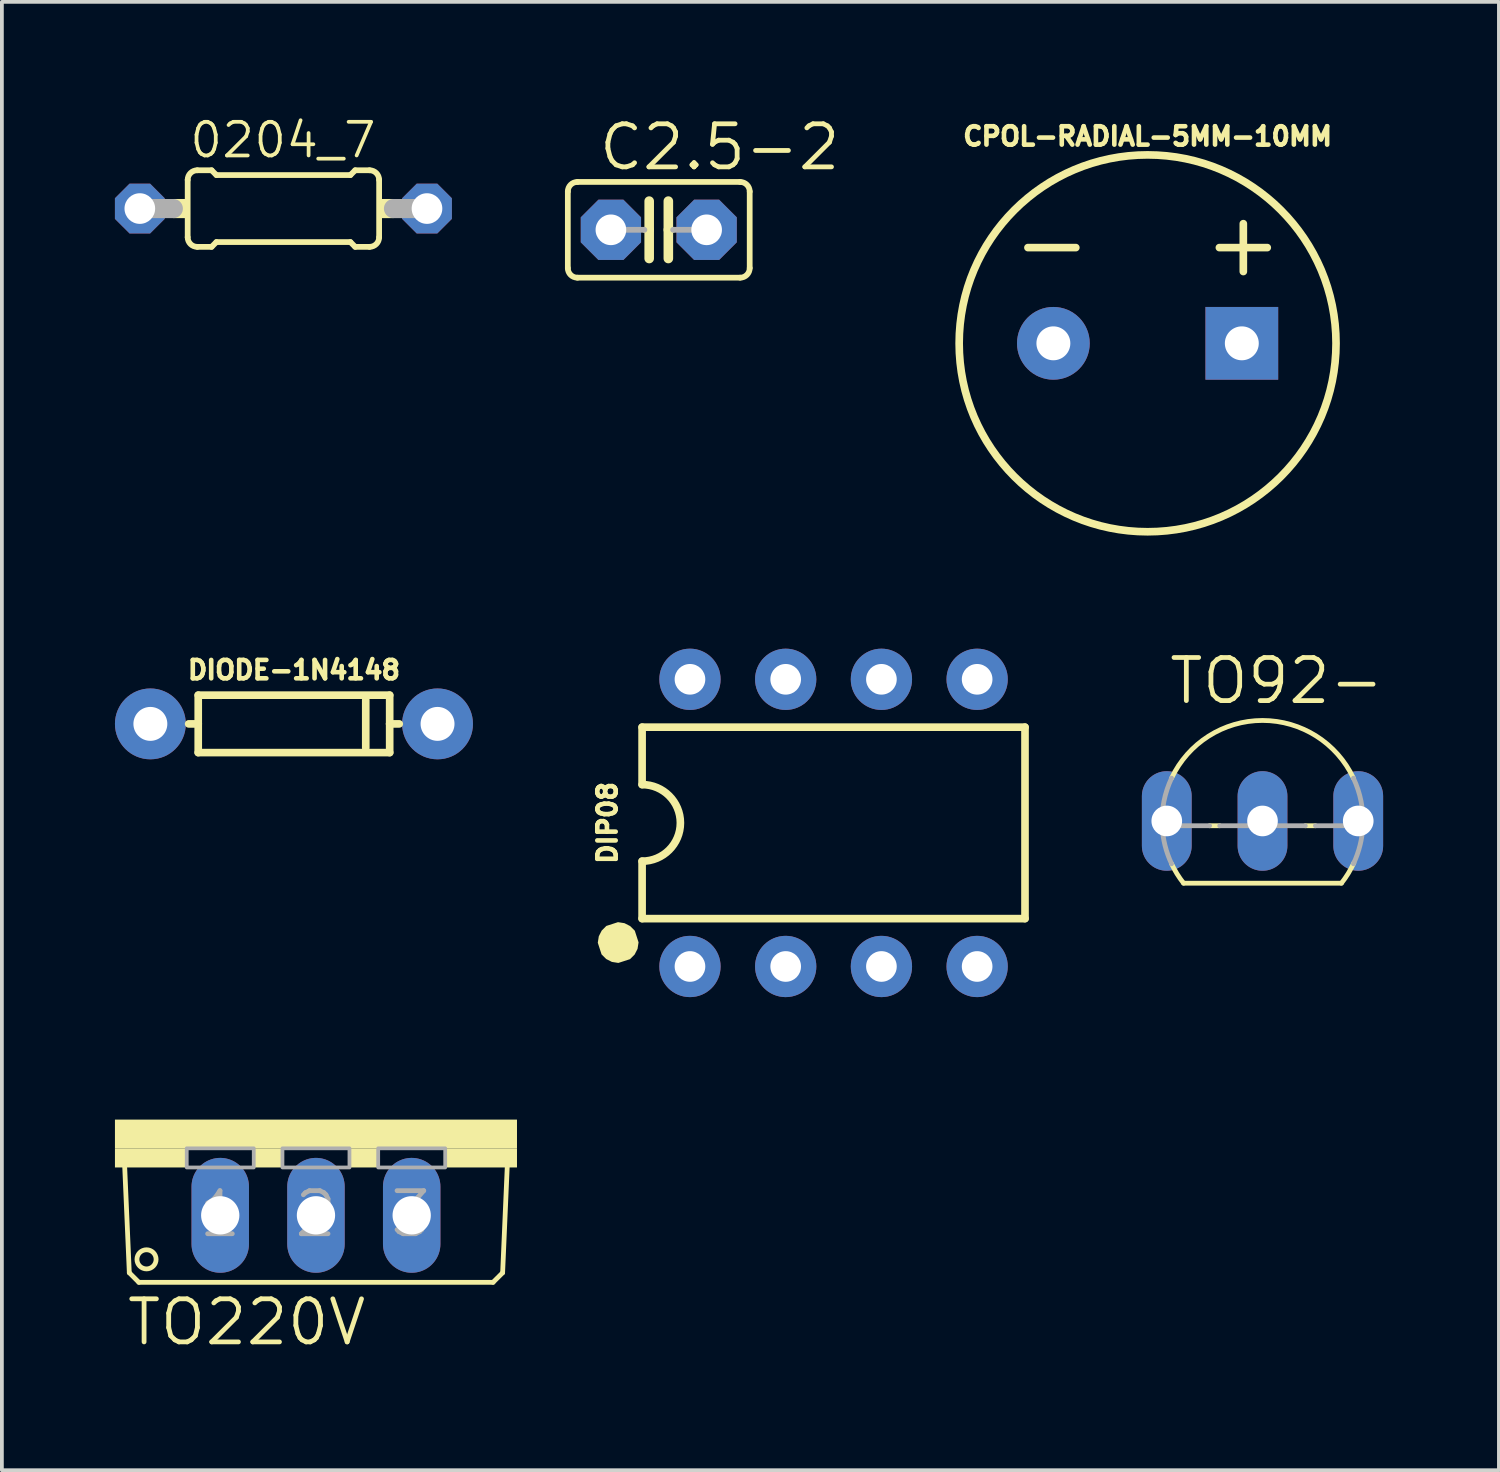
<source format=kicad_pcb>
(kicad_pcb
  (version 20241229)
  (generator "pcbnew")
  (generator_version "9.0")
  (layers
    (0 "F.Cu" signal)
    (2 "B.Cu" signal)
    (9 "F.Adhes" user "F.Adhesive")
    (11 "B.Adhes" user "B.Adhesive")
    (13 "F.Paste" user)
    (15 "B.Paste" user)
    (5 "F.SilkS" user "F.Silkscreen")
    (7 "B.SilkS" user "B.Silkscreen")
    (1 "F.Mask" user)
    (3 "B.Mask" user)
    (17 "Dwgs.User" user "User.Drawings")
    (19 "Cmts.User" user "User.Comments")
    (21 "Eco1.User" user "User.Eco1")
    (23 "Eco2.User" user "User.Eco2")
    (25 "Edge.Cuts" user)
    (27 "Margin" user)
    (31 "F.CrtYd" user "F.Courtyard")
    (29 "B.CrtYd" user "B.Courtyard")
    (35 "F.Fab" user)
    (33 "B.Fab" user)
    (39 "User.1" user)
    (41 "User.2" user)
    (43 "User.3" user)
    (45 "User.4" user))
  (footprint "TO220V"
    (layer "F.Cu")
    (at 5.334 26.658)
    (property "Reference" "TO220V" (at -5.08 6.045 0) (layer "F.SilkS") (effects (font (size 1.143 1.143) (thickness 0.127)) (justify left bottom)))
    (fp_line (start -4.953 4.064) (end -5.08 1.143) (stroke (width 0.127) (type solid)) (layer "F.SilkS"))
    (fp_line (start -4.953 4.064) (end -4.699 4.318) (stroke (width 0.127) (type solid)) (layer "F.SilkS"))
    (fp_line (start 4.699 4.318) (end -4.699 4.318) (stroke (width 0.127) (type solid)) (layer "F.SilkS"))
    (fp_line (start 4.699 4.318) (end 4.953 4.064) (stroke (width 0.127) (type solid)) (layer "F.SilkS"))
    (fp_line (start 5.08 1.143) (end 4.953 4.064) (stroke (width 0.127) (type solid)) (layer "F.SilkS"))
    (fp_circle (center -4.496 3.708) (end -4.242 3.708) (stroke (width 0.127) (type solid)) (fill no) (layer "F.SilkS"))
    (fp_poly (pts (xy -5.334 0.762) (xy 5.334 0.762) (xy 5.334 0) (xy -5.334 0)) (stroke (width 0) (type solid)) (fill yes) (layer "F.SilkS"))
    (fp_poly (pts (xy -5.334 1.27) (xy -3.429 1.27) (xy -3.429 0.762) (xy -5.334 0.762)) (stroke (width 0) (type solid)) (fill yes) (layer "F.SilkS"))
    (fp_poly (pts (xy -1.651 1.27) (xy -0.889 1.27) (xy -0.889 0.762) (xy -1.651 0.762)) (stroke (width 0) (type solid)) (fill yes) (layer "F.SilkS"))
    (fp_poly (pts (xy 0.889 1.27) (xy 1.651 1.27) (xy 1.651 0.762) (xy 0.889 0.762)) (stroke (width 0) (type solid)) (fill yes) (layer "F.SilkS"))
    (fp_poly (pts (xy 3.429 1.27) (xy 5.334 1.27) (xy 5.334 0.762) (xy 3.429 0.762)) (stroke (width 0) (type solid)) (fill yes) (layer "F.SilkS"))
    (fp_poly (pts (xy -3.429 1.27) (xy -1.651 1.27) (xy -1.651 0.762) (xy -3.429 0.762)) (stroke (width 0.1) (type solid)) (fill no) (layer "F.Fab"))
    (fp_poly (pts (xy -0.889 1.27) (xy 0.889 1.27) (xy 0.889 0.762) (xy -0.889 0.762)) (stroke (width 0.1) (type solid)) (fill no) (layer "F.Fab"))
    (fp_poly (pts (xy 1.651 1.27) (xy 3.429 1.27) (xy 3.429 0.762) (xy 1.651 0.762)) (stroke (width 0.1) (type solid)) (fill no) (layer "F.Fab"))
    (fp_text user "1" (at -3.175 3.175 0) (layer "F.Fab") (effects (font (size 1.143 1.143) (thickness 0.127)) (justify left bottom)))
    (fp_text user "3" (at 1.905 3.175 0) (layer "F.Fab") (effects (font (size 1.143 1.143) (thickness 0.127)) (justify left bottom)))
    (fp_text user "2" (at -0.635 3.175 0) (layer "F.Fab") (effects (font (size 1.143 1.143) (thickness 0.127)) (justify left bottom)))
    (pad "1" thru_hole oval (at -2.54 2.54 90) (size 3.048 1.524) (drill 1.016) (layers "*.Cu" "*.Mask"))
    (pad "2" thru_hole oval (at 0 2.54 90) (size 3.048 1.524) (drill 1.016) (layers "*.Cu" "*.Mask"))
    (pad "3" thru_hole oval (at 2.54 2.54 90) (size 3.048 1.524) (drill 1.016) (layers "*.Cu" "*.Mask")))
  (footprint "DIODE-1N4148"
    (layer "F.Cu")
    (at 4.75 16.158)
    (property "Reference" "DIODE-1N4148" (at 0 -1.143 0) (layer "F.SilkS") (effects (font (size 0.488 0.488) (thickness 0.122)) (justify bottom)))
    (fp_line (start -2.54 -0.762) (end 2.54 -0.762) (stroke (width 0.203) (type solid)) (layer "F.SilkS"))
    (fp_line (start -2.54 0) (end -2.794 0) (stroke (width 0.203) (type solid)) (layer "F.SilkS"))
    (fp_line (start -2.54 0) (end -2.54 -0.762) (stroke (width 0.203) (type solid)) (layer "F.SilkS"))
    (fp_line (start -2.54 0.762) (end -2.54 0) (stroke (width 0.203) (type solid)) (layer "F.SilkS"))
    (fp_line (start 1.905 -0.635) (end 1.905 0.635) (stroke (width 0.203) (type solid)) (layer "F.SilkS"))
    (fp_line (start 2.54 -0.762) (end 2.54 0) (stroke (width 0.203) (type solid)) (layer "F.SilkS"))
    (fp_line (start 2.54 0) (end 2.54 0.762) (stroke (width 0.203) (type solid)) (layer "F.SilkS"))
    (fp_line (start 2.54 0) (end 2.794 0) (stroke (width 0.203) (type solid)) (layer "F.SilkS"))
    (fp_line (start 2.54 0.762) (end -2.54 0.762) (stroke (width 0.203) (type solid)) (layer "F.SilkS"))
    (pad "A" thru_hole circle (at -3.81 0) (size 1.88 1.88) (drill 0.9) (layers "*.Cu" "*.Mask"))
    (pad "C" thru_hole circle (at 3.81 0) (size 1.88 1.88) (drill 0.9) (layers "*.Cu" "*.Mask")))
  (footprint "DIP08"
    (layer "F.Cu")
    (at 19.068 18.785)
    (property "Reference" "DIP08" (at -5.715 0 90) (layer "F.SilkS") (effects (font (size 0.488 0.488) (thickness 0.122)) (justify bottom)))
    (fp_line (start -5.08 -2.54) (end -5.08 -1.016) (stroke (width 0.203) (type solid)) (layer "F.SilkS"))
    (fp_line (start -5.08 2.54) (end -5.08 1.016) (stroke (width 0.203) (type solid)) (layer "F.SilkS"))
    (fp_line (start -5.08 2.54) (end 5.08 2.54) (stroke (width 0.203) (type solid)) (layer "F.SilkS"))
    (fp_line (start 5.08 -2.54) (end -5.08 -2.54) (stroke (width 0.203) (type solid)) (layer "F.SilkS"))
    (fp_line (start 5.08 -2.54) (end 5.08 2.54) (stroke (width 0.203) (type solid)) (layer "F.SilkS"))
    (fp_arc (start -5.08 -1.016) (mid -4.064 0) (end -5.08 1.016) (stroke (width 0.2032) (type solid)) (layer "F.SilkS"))
    (fp_poly (pts (xy -5.548 2.661) (xy -5.397 2.738) (xy -5.274 2.861) (xy -5.174 3.17) (xy -5.201 3.342) (xy -5.278 3.493) (xy -5.401 3.616) (xy -5.71 3.716) (xy -5.882 3.689) (xy -6.033 3.612) (xy -6.156 3.489) (xy -6.256 3.18) (xy -6.229 3.008) (xy -6.152 2.857) (xy -6.029 2.734) (xy -5.72 2.634)) (stroke (width 0) (type solid)) (fill yes) (layer "F.SilkS"))
    (pad "1" thru_hole circle (at -3.81 3.81 90) (size 1.626 1.626) (drill 0.813) (layers "*.Cu" "*.Mask"))
    (pad "2" thru_hole circle (at -1.27 3.81 90) (size 1.626 1.626) (drill 0.813) (layers "*.Cu" "*.Mask"))
    (pad "3" thru_hole circle (at 1.27 3.81 90) (size 1.626 1.626) (drill 0.813) (layers "*.Cu" "*.Mask"))
    (pad "4" thru_hole circle (at 3.81 3.81 90) (size 1.626 1.626) (drill 0.813) (layers "*.Cu" "*.Mask"))
    (pad "5" thru_hole circle (at 3.81 -3.81 90) (size 1.626 1.626) (drill 0.813) (layers "*.Cu" "*.Mask"))
    (pad "6" thru_hole circle (at 1.27 -3.81 90) (size 1.626 1.626) (drill 0.813) (layers "*.Cu" "*.Mask"))
    (pad "7" thru_hole circle (at -1.27 -3.81 90) (size 1.626 1.626) (drill 0.813) (layers "*.Cu" "*.Mask"))
    (pad "8" thru_hole circle (at -3.81 -3.81 90) (size 1.626 1.626) (drill 0.813) (layers "*.Cu" "*.Mask")))
  (footprint "C2.5-2"
    (layer "F.Cu")
    (at 14.43 3.048)
    (property "Reference" "C2.5-2" (at -1.651 -1.524 0) (layer "F.SilkS") (effects (font (size 1.143 1.143) (thickness 0.127)) (justify left bottom)))
    (fp_line (start -2.413 -1.016) (end -2.413 1.016) (stroke (width 0.152) (type solid)) (layer "F.SilkS"))
    (fp_line (start -2.159 -1.27) (end 2.159 -1.27) (stroke (width 0.152) (type solid)) (layer "F.SilkS"))
    (fp_line (start -0.254 -0.762) (end -0.254 0) (stroke (width 0.254) (type solid)) (layer "F.SilkS"))
    (fp_line (start -0.254 0) (end -0.381 0) (stroke (width 0.152) (type solid)) (layer "F.SilkS"))
    (fp_line (start -0.254 0) (end -0.254 0.762) (stroke (width 0.254) (type solid)) (layer "F.SilkS"))
    (fp_line (start 0.254 0) (end 0.254 -0.762) (stroke (width 0.254) (type solid)) (layer "F.SilkS"))
    (fp_line (start 0.254 0) (end 0.254 0.762) (stroke (width 0.254) (type solid)) (layer "F.SilkS"))
    (fp_line (start 0.381 0) (end 0.254 0) (stroke (width 0.152) (type solid)) (layer "F.SilkS"))
    (fp_line (start 2.159 1.27) (end -2.159 1.27) (stroke (width 0.152) (type solid)) (layer "F.SilkS"))
    (fp_line (start 2.413 -1.016) (end 2.413 1.016) (stroke (width 0.152) (type solid)) (layer "F.SilkS"))
    (fp_arc (start -2.413 -1.016) (mid -2.338605 -1.195605) (end -2.159 -1.27) (stroke (width 0.1524) (type solid)) (layer "F.SilkS"))
    (fp_arc (start -2.159 1.27) (mid -2.338605 1.195605) (end -2.413 1.016) (stroke (width 0.1524) (type solid)) (layer "F.SilkS"))
    (fp_arc (start 2.159 -1.27) (mid 2.338605 -1.195605) (end 2.413 -1.016) (stroke (width 0.1524) (type solid)) (layer "F.SilkS"))
    (fp_arc (start 2.413 1.016) (mid 2.338605 1.195605) (end 2.159 1.27) (stroke (width 0.1524) (type solid)) (layer "F.SilkS"))
    (fp_line (start -0.381 0) (end -1.27 0) (stroke (width 0.152) (type solid)) (layer "F.Fab"))
    (fp_line (start 1.27 0) (end 0.381 0) (stroke (width 0.152) (type solid)) (layer "F.Fab"))
    (pad "1" thru_hole roundrect (at -1.27 0) (size 1.6 1.6) (drill 0.813) (layers "*.Cu" "*.Mask") (roundrect_rratio 0.25) (chamfer_ratio 0.293) (chamfer top_left top_right bottom_left bottom_right))
    (pad "2" thru_hole roundrect (at 1.27 0) (size 1.6 1.6) (drill 0.813) (layers "*.Cu" "*.Mask") (roundrect_rratio 0.25) (chamfer_ratio 0.293) (chamfer top_left top_right bottom_left bottom_right)))
  (footprint "CPOL-RADIAL-5MM-10MM"
    (layer "F.Cu")
    (at 27.401 6.06)
    (property "Reference" "CPOL-RADIAL-5MM-10MM" (at 0 -5.207 0) (layer "F.SilkS") (effects (font (size 0.488 0.488) (thickness 0.122)) (justify bottom)))
    (fp_line (start -1.905 -2.54) (end -3.175 -2.54) (stroke (width 0.203) (type solid)) (layer "F.SilkS"))
    (fp_line (start 2.54 -3.175) (end 2.54 -1.905) (stroke (width 0.203) (type solid)) (layer "F.SilkS"))
    (fp_line (start 3.175 -2.54) (end 1.905 -2.54) (stroke (width 0.203) (type solid)) (layer "F.SilkS"))
    (fp_circle (center 0 0) (end 5 0) (stroke (width 0.203) (type solid)) (fill no) (layer "F.SilkS"))
    (pad "+" thru_hole rect (at 2.5 0) (size 1.93 1.93) (drill 0.9) (layers "*.Cu" "*.Mask"))
    (pad "-" thru_hole circle (at -2.5 0) (size 1.93 1.93) (drill 0.9) (layers "*.Cu" "*.Mask")))
  (footprint "0204_7"
    (layer "F.Cu")
    (at 4.47 2.484)
    (property "Reference" "0204_7" (at -2.54 -1.295 0) (layer "F.SilkS") (effects (font (size 0.892 0.892) (thickness 0.099)) (justify left bottom)))
    (fp_line (start -2.54 0.762) (end -2.54 -0.762) (stroke (width 0.152) (type solid)) (layer "F.SilkS"))
    (fp_line (start -2.286 -1.016) (end -1.905 -1.016) (stroke (width 0.152) (type solid)) (layer "F.SilkS"))
    (fp_line (start -2.286 1.016) (end -1.905 1.016) (stroke (width 0.152) (type solid)) (layer "F.SilkS"))
    (fp_line (start -1.778 -0.889) (end -1.905 -1.016) (stroke (width 0.152) (type solid)) (layer "F.SilkS"))
    (fp_line (start -1.778 0.889) (end -1.905 1.016) (stroke (width 0.152) (type solid)) (layer "F.SilkS"))
    (fp_line (start 1.778 -0.889) (end -1.778 -0.889) (stroke (width 0.152) (type solid)) (layer "F.SilkS"))
    (fp_line (start 1.778 -0.889) (end 1.905 -1.016) (stroke (width 0.152) (type solid)) (layer "F.SilkS"))
    (fp_line (start 1.778 0.889) (end -1.778 0.889) (stroke (width 0.152) (type solid)) (layer "F.SilkS"))
    (fp_line (start 1.778 0.889) (end 1.905 1.016) (stroke (width 0.152) (type solid)) (layer "F.SilkS"))
    (fp_line (start 2.286 -1.016) (end 1.905 -1.016) (stroke (width 0.152) (type solid)) (layer "F.SilkS"))
    (fp_line (start 2.286 1.016) (end 1.905 1.016) (stroke (width 0.152) (type solid)) (layer "F.SilkS"))
    (fp_line (start 2.54 0.762) (end 2.54 -0.762) (stroke (width 0.152) (type solid)) (layer "F.SilkS"))
    (fp_arc (start -2.54 -0.762) (mid -2.465605 -0.941605) (end -2.286 -1.016) (stroke (width 0.1524) (type solid)) (layer "F.SilkS"))
    (fp_arc (start -2.286 1.016) (mid -2.465605 0.941605) (end -2.54 0.762) (stroke (width 0.1524) (type solid)) (layer "F.SilkS"))
    (fp_arc (start 2.286 -1.016) (mid 2.465605 -0.941605) (end 2.54 -0.762) (stroke (width 0.1524) (type solid)) (layer "F.SilkS"))
    (fp_arc (start 2.54 0.762) (mid 2.465605 0.941605) (end 2.286 1.016) (stroke (width 0.1524) (type solid)) (layer "F.SilkS"))
    (fp_poly (pts (xy -2.921 0.254) (xy -2.54 0.254) (xy -2.54 -0.254) (xy -2.921 -0.254)) (stroke (width 0) (type solid)) (fill yes) (layer "F.SilkS"))
    (fp_poly (pts (xy 2.54 0.254) (xy 2.921 0.254) (xy 2.921 -0.254) (xy 2.54 -0.254)) (stroke (width 0) (type solid)) (fill yes) (layer "F.SilkS"))
    (fp_line (start -3.81 0) (end -2.921 0) (stroke (width 0.508) (type solid)) (layer "F.Fab"))
    (fp_line (start 3.81 0) (end 2.921 0) (stroke (width 0.508) (type solid)) (layer "F.Fab"))
    (pad "1" thru_hole roundrect (at -3.81 0) (size 1.321 1.321) (drill 0.813) (layers "*.Cu" "*.Mask") (roundrect_rratio 0.25) (chamfer_ratio 0.293) (chamfer top_left top_right bottom_left bottom_right))
    (pad "2" thru_hole roundrect (at 3.81 0) (size 1.321 1.321) (drill 0.813) (layers "*.Cu" "*.Mask") (roundrect_rratio 0.25) (chamfer_ratio 0.293) (chamfer top_left top_right bottom_left bottom_right)))
  (footprint "TO92-"
    (layer "F.Cu")
    (at 30.45 18.734)
    (property "Reference" "TO92-" (at -2.54 -3.048 0) (layer "F.SilkS") (effects (font (size 1.143 1.143) (thickness 0.127)) (justify left bottom)))
    (fp_line (start -2.095 1.651) (end 2.095 1.651) (stroke (width 0.127) (type solid)) (layer "F.SilkS"))
    (fp_line (start -1.136 0.127) (end -1.404 0.127) (stroke (width 0.127) (type solid)) (layer "F.SilkS"))
    (fp_line (start 1.404 0.127) (end 1.136 0.127) (stroke (width 0.127) (type solid)) (layer "F.SilkS"))
    (fp_arc (start -2.413 -1.1359) (mid -0.000001 -2.666986) (end 2.412999 -1.135901) (stroke (width 0.127) (type solid)) (layer "F.SilkS"))
    (fp_arc (start -2.0945 1.651) (mid -2.268418 1.40252) (end -2.413 1.1359) (stroke (width 0.127) (type solid)) (layer "F.SilkS"))
    (fp_arc (start 2.4242 1.1118) (mid 2.275378 1.391201) (end 2.0945 1.651) (stroke (width 0.127) (type solid)) (layer "F.SilkS"))
    (fp_line (start -1.404 0.127) (end -2.664 0.127) (stroke (width 0.127) (type solid)) (layer "F.Fab"))
    (fp_line (start 1.136 0.127) (end -1.136 0.127) (stroke (width 0.127) (type solid)) (layer "F.Fab"))
    (fp_line (start 2.664 0.127) (end 1.404 0.127) (stroke (width 0.127) (type solid)) (layer "F.Fab"))
    (fp_arc (start -2.664 0.127) (mid -2.615858 -0.519825) (end -2.413 -1.1359) (stroke (width 0.127) (type solid)) (layer "F.Fab"))
    (fp_arc (start -2.413 1.1359) (mid -2.588137 0.643799) (end -2.664 0.127) (stroke (width 0.127) (type solid)) (layer "F.Fab"))
    (fp_arc (start 2.413 -1.1359) (mid 2.615858 -0.519825) (end 2.664 0.127) (stroke (width 0.127) (type solid)) (layer "F.Fab"))
    (fp_arc (start 2.664 0.127) (mid 2.588137 0.643799) (end 2.413 1.1359) (stroke (width 0.127) (type solid)) (layer "F.Fab"))
    (pad "1" thru_hole oval (at -2.54 0 90) (size 2.642 1.321) (drill 0.813) (layers "*.Cu" "*.Mask"))
    (pad "2" thru_hole oval (at 0 0 90) (size 2.642 1.321) (drill 0.813) (layers "*.Cu" "*.Mask"))
    (pad "3" thru_hole oval (at 2.54 0 90) (size 2.642 1.321) (drill 0.813) (layers "*.Cu" "*.Mask")))
  (gr_rect
    (start -3 -3)
    (end 36.723 35.962)
    (stroke (width 0.1) (type default))
    (fill no)
    (layer "Edge.Cuts")))
</source>
